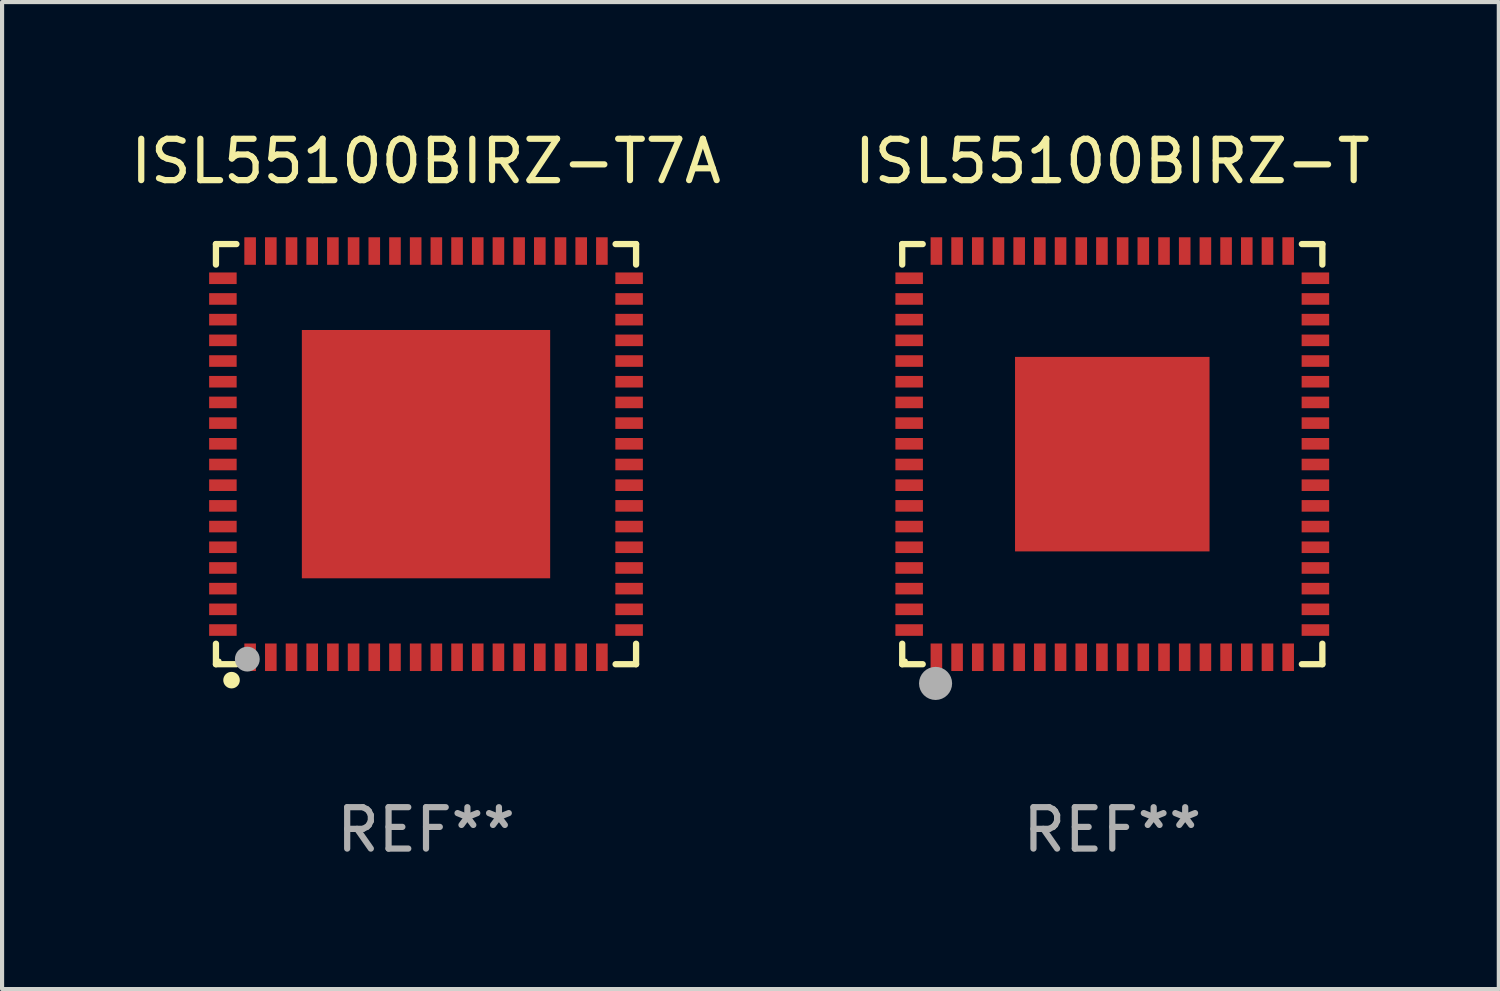
<source format=kicad_pcb>
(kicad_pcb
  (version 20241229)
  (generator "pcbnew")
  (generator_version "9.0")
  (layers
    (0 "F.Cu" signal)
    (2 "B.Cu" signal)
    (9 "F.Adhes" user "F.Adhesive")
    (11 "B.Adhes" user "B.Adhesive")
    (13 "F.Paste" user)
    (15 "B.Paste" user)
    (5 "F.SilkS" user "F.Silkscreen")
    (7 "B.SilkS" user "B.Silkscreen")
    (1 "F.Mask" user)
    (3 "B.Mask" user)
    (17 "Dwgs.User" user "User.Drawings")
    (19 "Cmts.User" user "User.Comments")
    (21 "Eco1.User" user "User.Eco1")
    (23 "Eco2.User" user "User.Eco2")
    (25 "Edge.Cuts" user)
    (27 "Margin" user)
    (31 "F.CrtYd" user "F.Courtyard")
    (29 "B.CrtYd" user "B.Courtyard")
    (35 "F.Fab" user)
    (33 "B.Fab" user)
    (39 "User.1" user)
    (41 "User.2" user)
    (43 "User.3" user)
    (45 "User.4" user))
  (footprint "ISL55100BIRZ-T"
    (layer "F.Cu")
    (at 23.827 7.924)
    (property "Reference" "ISL55100BIRZ-T" (at 0 -7.076 0) (layer "F.SilkS") (effects (font (size 1 1) (thickness 0.15))))
    (attr through_hole)
    (fp_line (start -5.076 -5.076) (end -4.581 -5.076) (stroke (width 0.152) (type solid)) (layer "F.SilkS"))
    (fp_line (start -5.076 -4.581) (end -5.076 -5.076) (stroke (width 0.152) (type solid)) (layer "F.SilkS"))
    (fp_line (start -5.076 4.581) (end -5.076 5.076) (stroke (width 0.152) (type solid)) (layer "F.SilkS"))
    (fp_line (start -5.076 5.076) (end -4.581 5.076) (stroke (width 0.152) (type solid)) (layer "F.SilkS"))
    (fp_line (start 5.076 -5.076) (end 4.581 -5.076) (stroke (width 0.152) (type solid)) (layer "F.SilkS"))
    (fp_line (start 5.076 -4.581) (end 5.076 -5.076) (stroke (width 0.152) (type solid)) (layer "F.SilkS"))
    (fp_line (start 5.076 4.581) (end 5.076 5.076) (stroke (width 0.152) (type solid)) (layer "F.SilkS"))
    (fp_line (start 5.076 5.076) (end 4.581 5.076) (stroke (width 0.152) (type solid)) (layer "F.SilkS"))
    (fp_circle (center -5 5) (end -4.97 5) (stroke (width 0.06) (type solid)) (fill no) (layer "F.SilkS"))
    (fp_circle (center -4.27 5.62) (end -4.12 5.62) (stroke (width 0.3) (type solid)) (fill no) (layer "F.SilkS"))
    (fp_circle (center -4.27 5.54) (end -4.07 5.54) (stroke (width 0.4) (type solid)) (fill no) (layer "F.Fab"))
    (fp_text user "REF**" (at 0 9.076 0) (layer "F.Fab") (effects (font (size 1 1) (thickness 0.15))))
    (pad "1" smd rect (at -4.25 4.908) (size 0.28 0.665) (layers "F.Cu" "F.Mask" "F.Paste"))
    (pad "2" smd rect (at -3.75 4.908) (size 0.28 0.665) (layers "F.Cu" "F.Mask" "F.Paste"))
    (pad "3" smd rect (at -3.25 4.908) (size 0.28 0.665) (layers "F.Cu" "F.Mask" "F.Paste"))
    (pad "4" smd rect (at -2.75 4.908) (size 0.28 0.665) (layers "F.Cu" "F.Mask" "F.Paste"))
    (pad "5" smd rect (at -2.25 4.908) (size 0.28 0.665) (layers "F.Cu" "F.Mask" "F.Paste"))
    (pad "6" smd rect (at -1.75 4.908) (size 0.28 0.665) (layers "F.Cu" "F.Mask" "F.Paste"))
    (pad "7" smd rect (at -1.25 4.908) (size 0.28 0.665) (layers "F.Cu" "F.Mask" "F.Paste"))
    (pad "8" smd rect (at -0.75 4.908) (size 0.28 0.665) (layers "F.Cu" "F.Mask" "F.Paste"))
    (pad "9" smd rect (at -0.25 4.908) (size 0.28 0.665) (layers "F.Cu" "F.Mask" "F.Paste"))
    (pad "10" smd rect (at 0.25 4.908) (size 0.28 0.665) (layers "F.Cu" "F.Mask" "F.Paste"))
    (pad "11" smd rect (at 0.75 4.908) (size 0.28 0.665) (layers "F.Cu" "F.Mask" "F.Paste"))
    (pad "12" smd rect (at 1.25 4.908) (size 0.28 0.665) (layers "F.Cu" "F.Mask" "F.Paste"))
    (pad "13" smd rect (at 1.75 4.908) (size 0.28 0.665) (layers "F.Cu" "F.Mask" "F.Paste"))
    (pad "14" smd rect (at 2.25 4.908) (size 0.28 0.665) (layers "F.Cu" "F.Mask" "F.Paste"))
    (pad "15" smd rect (at 2.75 4.908) (size 0.28 0.665) (layers "F.Cu" "F.Mask" "F.Paste"))
    (pad "16" smd rect (at 3.25 4.908) (size 0.28 0.665) (layers "F.Cu" "F.Mask" "F.Paste"))
    (pad "17" smd rect (at 3.75 4.908) (size 0.28 0.665) (layers "F.Cu" "F.Mask" "F.Paste"))
    (pad "18" smd rect (at 4.25 4.908) (size 0.28 0.665) (layers "F.Cu" "F.Mask" "F.Paste"))
    (pad "19" smd rect (at 4.908 4.25) (size 0.665 0.28) (layers "F.Cu" "F.Mask" "F.Paste"))
    (pad "20" smd rect (at 4.908 3.75) (size 0.665 0.28) (layers "F.Cu" "F.Mask" "F.Paste"))
    (pad "21" smd rect (at 4.908 3.25) (size 0.665 0.28) (layers "F.Cu" "F.Mask" "F.Paste"))
    (pad "22" smd rect (at 4.908 2.75) (size 0.665 0.28) (layers "F.Cu" "F.Mask" "F.Paste"))
    (pad "23" smd rect (at 4.908 2.25) (size 0.665 0.28) (layers "F.Cu" "F.Mask" "F.Paste"))
    (pad "24" smd rect (at 4.908 1.75) (size 0.665 0.28) (layers "F.Cu" "F.Mask" "F.Paste"))
    (pad "25" smd rect (at 4.908 1.25) (size 0.665 0.28) (layers "F.Cu" "F.Mask" "F.Paste"))
    (pad "26" smd rect (at 4.908 0.75) (size 0.665 0.28) (layers "F.Cu" "F.Mask" "F.Paste"))
    (pad "27" smd rect (at 4.908 0.25) (size 0.665 0.28) (layers "F.Cu" "F.Mask" "F.Paste"))
    (pad "28" smd rect (at 4.908 -0.25) (size 0.665 0.28) (layers "F.Cu" "F.Mask" "F.Paste"))
    (pad "29" smd rect (at 4.908 -0.75) (size 0.665 0.28) (layers "F.Cu" "F.Mask" "F.Paste"))
    (pad "30" smd rect (at 4.908 -1.25) (size 0.665 0.28) (layers "F.Cu" "F.Mask" "F.Paste"))
    (pad "31" smd rect (at 4.908 -1.75) (size 0.665 0.28) (layers "F.Cu" "F.Mask" "F.Paste"))
    (pad "32" smd rect (at 4.908 -2.25) (size 0.665 0.28) (layers "F.Cu" "F.Mask" "F.Paste"))
    (pad "33" smd rect (at 4.908 -2.75) (size 0.665 0.28) (layers "F.Cu" "F.Mask" "F.Paste"))
    (pad "34" smd rect (at 4.908 -3.25) (size 0.665 0.28) (layers "F.Cu" "F.Mask" "F.Paste"))
    (pad "35" smd rect (at 4.908 -3.75) (size 0.665 0.28) (layers "F.Cu" "F.Mask" "F.Paste"))
    (pad "36" smd rect (at 4.908 -4.25) (size 0.665 0.28) (layers "F.Cu" "F.Mask" "F.Paste"))
    (pad "37" smd rect (at 4.25 -4.908) (size 0.28 0.665) (layers "F.Cu" "F.Mask" "F.Paste"))
    (pad "38" smd rect (at 3.75 -4.908) (size 0.28 0.665) (layers "F.Cu" "F.Mask" "F.Paste"))
    (pad "39" smd rect (at 3.25 -4.908) (size 0.28 0.665) (layers "F.Cu" "F.Mask" "F.Paste"))
    (pad "40" smd rect (at 2.75 -4.908) (size 0.28 0.665) (layers "F.Cu" "F.Mask" "F.Paste"))
    (pad "41" smd rect (at 2.25 -4.908) (size 0.28 0.665) (layers "F.Cu" "F.Mask" "F.Paste"))
    (pad "42" smd rect (at 1.75 -4.908) (size 0.28 0.665) (layers "F.Cu" "F.Mask" "F.Paste"))
    (pad "43" smd rect (at 1.25 -4.908) (size 0.28 0.665) (layers "F.Cu" "F.Mask" "F.Paste"))
    (pad "44" smd rect (at 0.75 -4.908) (size 0.28 0.665) (layers "F.Cu" "F.Mask" "F.Paste"))
    (pad "45" smd rect (at 0.25 -4.908) (size 0.28 0.665) (layers "F.Cu" "F.Mask" "F.Paste"))
    (pad "46" smd rect (at -0.25 -4.908) (size 0.28 0.665) (layers "F.Cu" "F.Mask" "F.Paste"))
    (pad "47" smd rect (at -0.75 -4.908) (size 0.28 0.665) (layers "F.Cu" "F.Mask" "F.Paste"))
    (pad "48" smd rect (at -1.25 -4.908) (size 0.28 0.665) (layers "F.Cu" "F.Mask" "F.Paste"))
    (pad "49" smd rect (at -1.75 -4.908) (size 0.28 0.665) (layers "F.Cu" "F.Mask" "F.Paste"))
    (pad "50" smd rect (at -2.25 -4.908) (size 0.28 0.665) (layers "F.Cu" "F.Mask" "F.Paste"))
    (pad "51" smd rect (at -2.75 -4.908) (size 0.28 0.665) (layers "F.Cu" "F.Mask" "F.Paste"))
    (pad "52" smd rect (at -3.25 -4.908) (size 0.28 0.665) (layers "F.Cu" "F.Mask" "F.Paste"))
    (pad "53" smd rect (at -3.75 -4.908) (size 0.28 0.665) (layers "F.Cu" "F.Mask" "F.Paste"))
    (pad "54" smd rect (at -4.25 -4.908) (size 0.28 0.665) (layers "F.Cu" "F.Mask" "F.Paste"))
    (pad "55" smd rect (at -4.908 -4.25) (size 0.665 0.28) (layers "F.Cu" "F.Mask" "F.Paste"))
    (pad "56" smd rect (at -4.908 -3.75) (size 0.665 0.28) (layers "F.Cu" "F.Mask" "F.Paste"))
    (pad "57" smd rect (at -4.908 -3.25) (size 0.665 0.28) (layers "F.Cu" "F.Mask" "F.Paste"))
    (pad "58" smd rect (at -4.908 -2.75) (size 0.665 0.28) (layers "F.Cu" "F.Mask" "F.Paste"))
    (pad "59" smd rect (at -4.908 -2.25) (size 0.665 0.28) (layers "F.Cu" "F.Mask" "F.Paste"))
    (pad "60" smd rect (at -4.908 -1.75) (size 0.665 0.28) (layers "F.Cu" "F.Mask" "F.Paste"))
    (pad "61" smd rect (at -4.908 -1.25) (size 0.665 0.28) (layers "F.Cu" "F.Mask" "F.Paste"))
    (pad "62" smd rect (at -4.908 -0.75) (size 0.665 0.28) (layers "F.Cu" "F.Mask" "F.Paste"))
    (pad "63" smd rect (at -4.908 -0.25) (size 0.665 0.28) (layers "F.Cu" "F.Mask" "F.Paste"))
    (pad "64" smd rect (at -4.908 0.25) (size 0.665 0.28) (layers "F.Cu" "F.Mask" "F.Paste"))
    (pad "65" smd rect (at -4.908 0.75) (size 0.665 0.28) (layers "F.Cu" "F.Mask" "F.Paste"))
    (pad "66" smd rect (at -4.908 1.25) (size 0.665 0.28) (layers "F.Cu" "F.Mask" "F.Paste"))
    (pad "67" smd rect (at -4.908 1.75) (size 0.665 0.28) (layers "F.Cu" "F.Mask" "F.Paste"))
    (pad "68" smd rect (at -4.908 2.25) (size 0.665 0.28) (layers "F.Cu" "F.Mask" "F.Paste"))
    (pad "69" smd rect (at -4.908 2.75) (size 0.665 0.28) (layers "F.Cu" "F.Mask" "F.Paste"))
    (pad "70" smd rect (at -4.908 3.25) (size 0.665 0.28) (layers "F.Cu" "F.Mask" "F.Paste"))
    (pad "71" smd rect (at -4.908 3.75) (size 0.665 0.28) (layers "F.Cu" "F.Mask" "F.Paste"))
    (pad "72" smd rect (at -4.908 4.25) (size 0.665 0.28) (layers "F.Cu" "F.Mask" "F.Paste"))
    (pad "73" smd rect (at 0 0) (size 4.7 4.7) (layers "F.Cu" "F.Mask" "F.Paste")))
  (footprint "ISL55100BIRZ-T7A"
    (layer "F.Cu")
    (at 7.244 7.924)
    (property "Reference" "ISL55100BIRZ-T7A" (at 0 -7.076 0) (layer "F.SilkS") (effects (font (size 1 1) (thickness 0.15))))
    (attr through_hole)
    (fp_line (start -5.076 -5.076) (end -4.581 -5.076) (stroke (width 0.152) (type solid)) (layer "F.SilkS"))
    (fp_line (start -5.076 -4.581) (end -5.076 -5.076) (stroke (width 0.152) (type solid)) (layer "F.SilkS"))
    (fp_line (start -5.076 4.581) (end -5.076 5.076) (stroke (width 0.152) (type solid)) (layer "F.SilkS"))
    (fp_line (start -5.076 5.076) (end -4.581 5.076) (stroke (width 0.152) (type solid)) (layer "F.SilkS"))
    (fp_line (start 5.076 -5.076) (end 4.581 -5.076) (stroke (width 0.152) (type solid)) (layer "F.SilkS"))
    (fp_line (start 5.076 -4.581) (end 5.076 -5.076) (stroke (width 0.152) (type solid)) (layer "F.SilkS"))
    (fp_line (start 5.076 4.581) (end 5.076 5.076) (stroke (width 0.152) (type solid)) (layer "F.SilkS"))
    (fp_line (start 5.076 5.076) (end 4.581 5.076) (stroke (width 0.152) (type solid)) (layer "F.SilkS"))
    (fp_circle (center -5 5) (end -4.97 5) (stroke (width 0.06) (type solid)) (fill no) (layer "F.SilkS"))
    (fp_circle (center -4.699 5.461) (end -4.599 5.461) (stroke (width 0.2) (type solid)) (fill no) (layer "F.SilkS"))
    (fp_circle (center -4.318 4.953) (end -4.168 4.953) (stroke (width 0.3) (type solid)) (fill no) (layer "F.Fab"))
    (fp_text user "REF**" (at 0 9.076 0) (layer "F.Fab") (effects (font (size 1 1) (thickness 0.15))))
    (pad "1" smd rect (at -4.25 4.908) (size 0.28 0.665) (layers "F.Cu" "F.Mask" "F.Paste"))
    (pad "2" smd rect (at -3.75 4.908) (size 0.28 0.665) (layers "F.Cu" "F.Mask" "F.Paste"))
    (pad "3" smd rect (at -3.25 4.908) (size 0.28 0.665) (layers "F.Cu" "F.Mask" "F.Paste"))
    (pad "4" smd rect (at -2.75 4.908) (size 0.28 0.665) (layers "F.Cu" "F.Mask" "F.Paste"))
    (pad "5" smd rect (at -2.25 4.908) (size 0.28 0.665) (layers "F.Cu" "F.Mask" "F.Paste"))
    (pad "6" smd rect (at -1.75 4.908) (size 0.28 0.665) (layers "F.Cu" "F.Mask" "F.Paste"))
    (pad "7" smd rect (at -1.25 4.908) (size 0.28 0.665) (layers "F.Cu" "F.Mask" "F.Paste"))
    (pad "8" smd rect (at -0.75 4.908) (size 0.28 0.665) (layers "F.Cu" "F.Mask" "F.Paste"))
    (pad "9" smd rect (at -0.25 4.908) (size 0.28 0.665) (layers "F.Cu" "F.Mask" "F.Paste"))
    (pad "10" smd rect (at 0.25 4.908) (size 0.28 0.665) (layers "F.Cu" "F.Mask" "F.Paste"))
    (pad "11" smd rect (at 0.75 4.908) (size 0.28 0.665) (layers "F.Cu" "F.Mask" "F.Paste"))
    (pad "12" smd rect (at 1.25 4.908) (size 0.28 0.665) (layers "F.Cu" "F.Mask" "F.Paste"))
    (pad "13" smd rect (at 1.75 4.908) (size 0.28 0.665) (layers "F.Cu" "F.Mask" "F.Paste"))
    (pad "14" smd rect (at 2.25 4.908) (size 0.28 0.665) (layers "F.Cu" "F.Mask" "F.Paste"))
    (pad "15" smd rect (at 2.75 4.908) (size 0.28 0.665) (layers "F.Cu" "F.Mask" "F.Paste"))
    (pad "16" smd rect (at 3.25 4.908) (size 0.28 0.665) (layers "F.Cu" "F.Mask" "F.Paste"))
    (pad "17" smd rect (at 3.75 4.908) (size 0.28 0.665) (layers "F.Cu" "F.Mask" "F.Paste"))
    (pad "18" smd rect (at 4.25 4.908) (size 0.28 0.665) (layers "F.Cu" "F.Mask" "F.Paste"))
    (pad "19" smd rect (at 4.908 4.25) (size 0.665 0.28) (layers "F.Cu" "F.Mask" "F.Paste"))
    (pad "20" smd rect (at 4.908 3.75) (size 0.665 0.28) (layers "F.Cu" "F.Mask" "F.Paste"))
    (pad "21" smd rect (at 4.908 3.25) (size 0.665 0.28) (layers "F.Cu" "F.Mask" "F.Paste"))
    (pad "22" smd rect (at 4.908 2.75) (size 0.665 0.28) (layers "F.Cu" "F.Mask" "F.Paste"))
    (pad "23" smd rect (at 4.908 2.25) (size 0.665 0.28) (layers "F.Cu" "F.Mask" "F.Paste"))
    (pad "24" smd rect (at 4.908 1.75) (size 0.665 0.28) (layers "F.Cu" "F.Mask" "F.Paste"))
    (pad "25" smd rect (at 4.908 1.25) (size 0.665 0.28) (layers "F.Cu" "F.Mask" "F.Paste"))
    (pad "26" smd rect (at 4.908 0.75) (size 0.665 0.28) (layers "F.Cu" "F.Mask" "F.Paste"))
    (pad "27" smd rect (at 4.908 0.25) (size 0.665 0.28) (layers "F.Cu" "F.Mask" "F.Paste"))
    (pad "28" smd rect (at 4.908 -0.25) (size 0.665 0.28) (layers "F.Cu" "F.Mask" "F.Paste"))
    (pad "29" smd rect (at 4.908 -0.75) (size 0.665 0.28) (layers "F.Cu" "F.Mask" "F.Paste"))
    (pad "30" smd rect (at 4.908 -1.25) (size 0.665 0.28) (layers "F.Cu" "F.Mask" "F.Paste"))
    (pad "31" smd rect (at 4.908 -1.75) (size 0.665 0.28) (layers "F.Cu" "F.Mask" "F.Paste"))
    (pad "32" smd rect (at 4.908 -2.25) (size 0.665 0.28) (layers "F.Cu" "F.Mask" "F.Paste"))
    (pad "33" smd rect (at 4.908 -2.75) (size 0.665 0.28) (layers "F.Cu" "F.Mask" "F.Paste"))
    (pad "34" smd rect (at 4.908 -3.25) (size 0.665 0.28) (layers "F.Cu" "F.Mask" "F.Paste"))
    (pad "35" smd rect (at 4.908 -3.75) (size 0.665 0.28) (layers "F.Cu" "F.Mask" "F.Paste"))
    (pad "36" smd rect (at 4.908 -4.25) (size 0.665 0.28) (layers "F.Cu" "F.Mask" "F.Paste"))
    (pad "37" smd rect (at 4.25 -4.908) (size 0.28 0.665) (layers "F.Cu" "F.Mask" "F.Paste"))
    (pad "38" smd rect (at 3.75 -4.908) (size 0.28 0.665) (layers "F.Cu" "F.Mask" "F.Paste"))
    (pad "39" smd rect (at 3.25 -4.908) (size 0.28 0.665) (layers "F.Cu" "F.Mask" "F.Paste"))
    (pad "40" smd rect (at 2.75 -4.908) (size 0.28 0.665) (layers "F.Cu" "F.Mask" "F.Paste"))
    (pad "41" smd rect (at 2.25 -4.908) (size 0.28 0.665) (layers "F.Cu" "F.Mask" "F.Paste"))
    (pad "42" smd rect (at 1.75 -4.908) (size 0.28 0.665) (layers "F.Cu" "F.Mask" "F.Paste"))
    (pad "43" smd rect (at 1.25 -4.908) (size 0.28 0.665) (layers "F.Cu" "F.Mask" "F.Paste"))
    (pad "44" smd rect (at 0.75 -4.908) (size 0.28 0.665) (layers "F.Cu" "F.Mask" "F.Paste"))
    (pad "45" smd rect (at 0.25 -4.908) (size 0.28 0.665) (layers "F.Cu" "F.Mask" "F.Paste"))
    (pad "46" smd rect (at -0.25 -4.908) (size 0.28 0.665) (layers "F.Cu" "F.Mask" "F.Paste"))
    (pad "47" smd rect (at -0.75 -4.908) (size 0.28 0.665) (layers "F.Cu" "F.Mask" "F.Paste"))
    (pad "48" smd rect (at -1.25 -4.908) (size 0.28 0.665) (layers "F.Cu" "F.Mask" "F.Paste"))
    (pad "49" smd rect (at -1.75 -4.908) (size 0.28 0.665) (layers "F.Cu" "F.Mask" "F.Paste"))
    (pad "50" smd rect (at -2.25 -4.908) (size 0.28 0.665) (layers "F.Cu" "F.Mask" "F.Paste"))
    (pad "51" smd rect (at -2.75 -4.908) (size 0.28 0.665) (layers "F.Cu" "F.Mask" "F.Paste"))
    (pad "52" smd rect (at -3.25 -4.908) (size 0.28 0.665) (layers "F.Cu" "F.Mask" "F.Paste"))
    (pad "53" smd rect (at -3.75 -4.908) (size 0.28 0.665) (layers "F.Cu" "F.Mask" "F.Paste"))
    (pad "54" smd rect (at -4.25 -4.908) (size 0.28 0.665) (layers "F.Cu" "F.Mask" "F.Paste"))
    (pad "55" smd rect (at -4.908 -4.25) (size 0.665 0.28) (layers "F.Cu" "F.Mask" "F.Paste"))
    (pad "56" smd rect (at -4.908 -3.75) (size 0.665 0.28) (layers "F.Cu" "F.Mask" "F.Paste"))
    (pad "57" smd rect (at -4.908 -3.25) (size 0.665 0.28) (layers "F.Cu" "F.Mask" "F.Paste"))
    (pad "58" smd rect (at -4.908 -2.75) (size 0.665 0.28) (layers "F.Cu" "F.Mask" "F.Paste"))
    (pad "59" smd rect (at -4.908 -2.25) (size 0.665 0.28) (layers "F.Cu" "F.Mask" "F.Paste"))
    (pad "60" smd rect (at -4.908 -1.75) (size 0.665 0.28) (layers "F.Cu" "F.Mask" "F.Paste"))
    (pad "61" smd rect (at -4.908 -1.25) (size 0.665 0.28) (layers "F.Cu" "F.Mask" "F.Paste"))
    (pad "62" smd rect (at -4.908 -0.75) (size 0.665 0.28) (layers "F.Cu" "F.Mask" "F.Paste"))
    (pad "63" smd rect (at -4.908 -0.25) (size 0.665 0.28) (layers "F.Cu" "F.Mask" "F.Paste"))
    (pad "64" smd rect (at -4.908 0.25) (size 0.665 0.28) (layers "F.Cu" "F.Mask" "F.Paste"))
    (pad "65" smd rect (at -4.908 0.75) (size 0.665 0.28) (layers "F.Cu" "F.Mask" "F.Paste"))
    (pad "66" smd rect (at -4.908 1.25) (size 0.665 0.28) (layers "F.Cu" "F.Mask" "F.Paste"))
    (pad "67" smd rect (at -4.908 1.75) (size 0.665 0.28) (layers "F.Cu" "F.Mask" "F.Paste"))
    (pad "68" smd rect (at -4.908 2.25) (size 0.665 0.28) (layers "F.Cu" "F.Mask" "F.Paste"))
    (pad "69" smd rect (at -4.908 2.75) (size 0.665 0.28) (layers "F.Cu" "F.Mask" "F.Paste"))
    (pad "70" smd rect (at -4.908 3.25) (size 0.665 0.28) (layers "F.Cu" "F.Mask" "F.Paste"))
    (pad "71" smd rect (at -4.908 3.75) (size 0.665 0.28) (layers "F.Cu" "F.Mask" "F.Paste"))
    (pad "72" smd rect (at -4.908 4.25) (size 0.665 0.28) (layers "F.Cu" "F.Mask" "F.Paste"))
    (pad "73" smd rect (at 0 0) (size 6 6) (layers "F.Cu" "F.Mask" "F.Paste")))
  (gr_rect
    (start -3 -3)
    (end 33.167 20.849)
    (stroke (width 0.1) (type default))
    (fill no)
    (layer "Edge.Cuts")))
</source>
